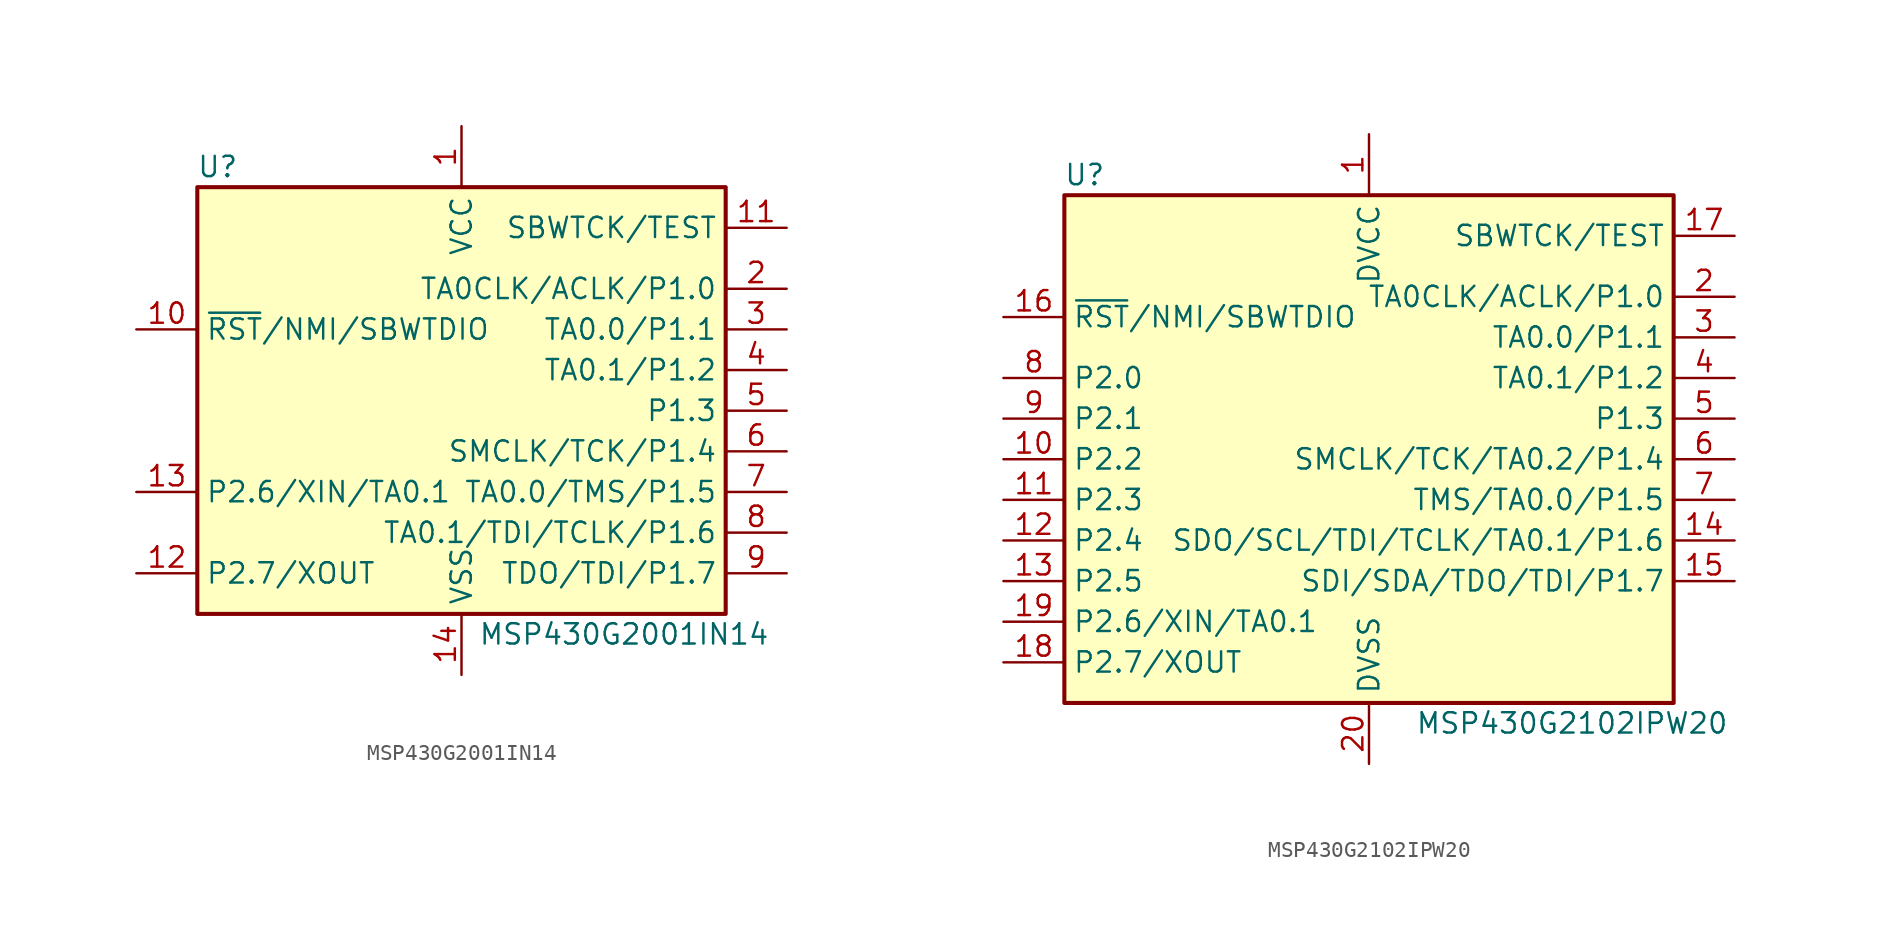
<source format=kicad_sym>
(kicad_symbol_lib
  (version 20241209)
  (generator "kicad_symbol_editor")
  (generator_version "9.0")
  (symbol "MSP430G2001IN14"
    (property "Reference" "U"
      (at -15.24 15.24 0)
      (effects (font (size 1.27 1.27))))
    (property "Value" "MSP430G2001IN14"
      (at 10.16 -13.97 0)
      (effects (font (size 1.27 1.27))))
    (symbol "MSP430G2001IN14_0_1"
      (rectangle (start -16.51 13.97) (end 16.51 -12.7) (stroke (width 0.254) (type default)) (fill (type background))))
    (symbol "MSP430G2001IN14_1_1"
      (pin input line (at -20.32 5.08 0) (length 3.81) (name "~{RST}/NMI/SBWTDIO" (effects (font (size 1.27 1.27)))) (number "10" (effects (font (size 1.27 1.27)))))
      (pin bidirectional line (at -20.32 -5.08 0) (length 3.81) (name "P2.6/XIN/TA0.1" (effects (font (size 1.27 1.27)))) (number "13" (effects (font (size 1.27 1.27)))))
      (pin bidirectional line (at -20.32 -10.16 0) (length 3.81) (name "P2.7/XOUT" (effects (font (size 1.27 1.27)))) (number "12" (effects (font (size 1.27 1.27)))))
      (pin power_in line (at 0 17.78 270) (length 3.81) (name "VCC" (effects (font (size 1.27 1.27)))) (number "1" (effects (font (size 1.27 1.27)))))
      (pin power_in line (at 0 -16.51 90) (length 3.81) (name "VSS" (effects (font (size 1.27 1.27)))) (number "14" (effects (font (size 1.27 1.27)))))
      (pin input line (at 20.32 11.43 180) (length 3.81) (name "SBWTCK/TEST" (effects (font (size 1.27 1.27)))) (number "11" (effects (font (size 1.27 1.27)))))
      (pin bidirectional line (at 20.32 7.62 180) (length 3.81) (name "TA0CLK/ACLK/P1.0" (effects (font (size 1.27 1.27)))) (number "2" (effects (font (size 1.27 1.27)))))
      (pin bidirectional line (at 20.32 5.08 180) (length 3.81) (name "TA0.0/P1.1" (effects (font (size 1.27 1.27)))) (number "3" (effects (font (size 1.27 1.27)))))
      (pin bidirectional line (at 20.32 2.54 180) (length 3.81) (name "TA0.1/P1.2" (effects (font (size 1.27 1.27)))) (number "4" (effects (font (size 1.27 1.27)))))
      (pin bidirectional line (at 20.32 0 180) (length 3.81) (name "P1.3" (effects (font (size 1.27 1.27)))) (number "5" (effects (font (size 1.27 1.27)))))
      (pin bidirectional line (at 20.32 -2.54 180) (length 3.81) (name "SMCLK/TCK/P1.4" (effects (font (size 1.27 1.27)))) (number "6" (effects (font (size 1.27 1.27)))))
      (pin bidirectional line (at 20.32 -5.08 180) (length 3.81) (name "TA0.0/TMS/P1.5" (effects (font (size 1.27 1.27)))) (number "7" (effects (font (size 1.27 1.27)))))
      (pin bidirectional line (at 20.32 -7.62 180) (length 3.81) (name "TA0.1/TDI/TCLK/P1.6" (effects (font (size 1.27 1.27)))) (number "8" (effects (font (size 1.27 1.27)))))
      (pin bidirectional line (at 20.32 -10.16 180) (length 3.81) (name "TDO/TDI/P1.7" (effects (font (size 1.27 1.27)))) (number "9" (effects (font (size 1.27 1.27)))))))
  (symbol "MSP430G2102IPW20"
    (property "Reference" "U"
      (at -17.78 17.78 0)
      (effects (font (size 1.27 1.27))))
    (property "Value" "MSP430G2102IPW20"
      (at 12.7 -16.51 0)
      (effects (font (size 1.27 1.27))))
    (symbol "MSP430G2102IPW20_0_1"
      (rectangle (start -19.05 16.51) (end 19.05 -15.24) (stroke (width 0.254) (type default)) (fill (type background))))
    (symbol "MSP430G2102IPW20_1_1"
      (pin input line (at -22.86 8.89 0) (length 3.81) (name "~{RST}/NMI/SBWTDIO" (effects (font (size 1.27 1.27)))) (number "16" (effects (font (size 1.27 1.27)))))
      (pin bidirectional line (at -22.86 5.08 0) (length 3.81) (name "P2.0" (effects (font (size 1.27 1.27)))) (number "8" (effects (font (size 1.27 1.27)))))
      (pin bidirectional line (at -22.86 2.54 0) (length 3.81) (name "P2.1" (effects (font (size 1.27 1.27)))) (number "9" (effects (font (size 1.27 1.27)))))
      (pin bidirectional line (at -22.86 0 0) (length 3.81) (name "P2.2" (effects (font (size 1.27 1.27)))) (number "10" (effects (font (size 1.27 1.27)))))
      (pin bidirectional line (at -22.86 -2.54 0) (length 3.81) (name "P2.3" (effects (font (size 1.27 1.27)))) (number "11" (effects (font (size 1.27 1.27)))))
      (pin bidirectional line (at -22.86 -5.08 0) (length 3.81) (name "P2.4" (effects (font (size 1.27 1.27)))) (number "12" (effects (font (size 1.27 1.27)))))
      (pin bidirectional line (at -22.86 -7.62 0) (length 3.81) (name "P2.5" (effects (font (size 1.27 1.27)))) (number "13" (effects (font (size 1.27 1.27)))))
      (pin bidirectional line (at -22.86 -10.16 0) (length 3.81) (name "P2.6/XIN/TA0.1" (effects (font (size 1.27 1.27)))) (number "19" (effects (font (size 1.27 1.27)))))
      (pin bidirectional line (at -22.86 -12.7 0) (length 3.81) (name "P2.7/XOUT" (effects (font (size 1.27 1.27)))) (number "18" (effects (font (size 1.27 1.27)))))
      (pin power_in line (at 0 20.32 270) (length 3.81) (name "DVCC" (effects (font (size 1.27 1.27)))) (number "1" (effects (font (size 1.27 1.27)))))
      (pin power_in line (at 0 -19.05 90) (length 3.81) (name "DVSS" (effects (font (size 1.27 1.27)))) (number "20" (effects (font (size 1.27 1.27)))))
      (pin input line (at 22.86 13.97 180) (length 3.81) (name "SBWTCK/TEST" (effects (font (size 1.27 1.27)))) (number "17" (effects (font (size 1.27 1.27)))))
      (pin bidirectional line (at 22.86 10.16 180) (length 3.81) (name "TA0CLK/ACLK/P1.0" (effects (font (size 1.27 1.27)))) (number "2" (effects (font (size 1.27 1.27)))))
      (pin bidirectional line (at 22.86 7.62 180) (length 3.81) (name "TA0.0/P1.1" (effects (font (size 1.27 1.27)))) (number "3" (effects (font (size 1.27 1.27)))))
      (pin bidirectional line (at 22.86 5.08 180) (length 3.81) (name "TA0.1/P1.2" (effects (font (size 1.27 1.27)))) (number "4" (effects (font (size 1.27 1.27)))))
      (pin bidirectional line (at 22.86 2.54 180) (length 3.81) (name "P1.3" (effects (font (size 1.27 1.27)))) (number "5" (effects (font (size 1.27 1.27)))))
      (pin bidirectional line (at 22.86 0 180) (length 3.81) (name "SMCLK/TCK/TA0.2/P1.4" (effects (font (size 1.27 1.27)))) (number "6" (effects (font (size 1.27 1.27)))))
      (pin bidirectional line (at 22.86 -2.54 180) (length 3.81) (name "TMS/TA0.0/P1.5" (effects (font (size 1.27 1.27)))) (number "7" (effects (font (size 1.27 1.27)))))
      (pin bidirectional line (at 22.86 -5.08 180) (length 3.81) (name "SDO/SCL/TDI/TCLK/TA0.1/P1.6" (effects (font (size 1.27 1.27)))) (number "14" (effects (font (size 1.27 1.27)))))
      (pin bidirectional line (at 22.86 -7.62 180) (length 3.81) (name "SDI/SDA/TDO/TDI/P1.7" (effects (font (size 1.27 1.27)))) (number "15" (effects (font (size 1.27 1.27))))))))
</source>
